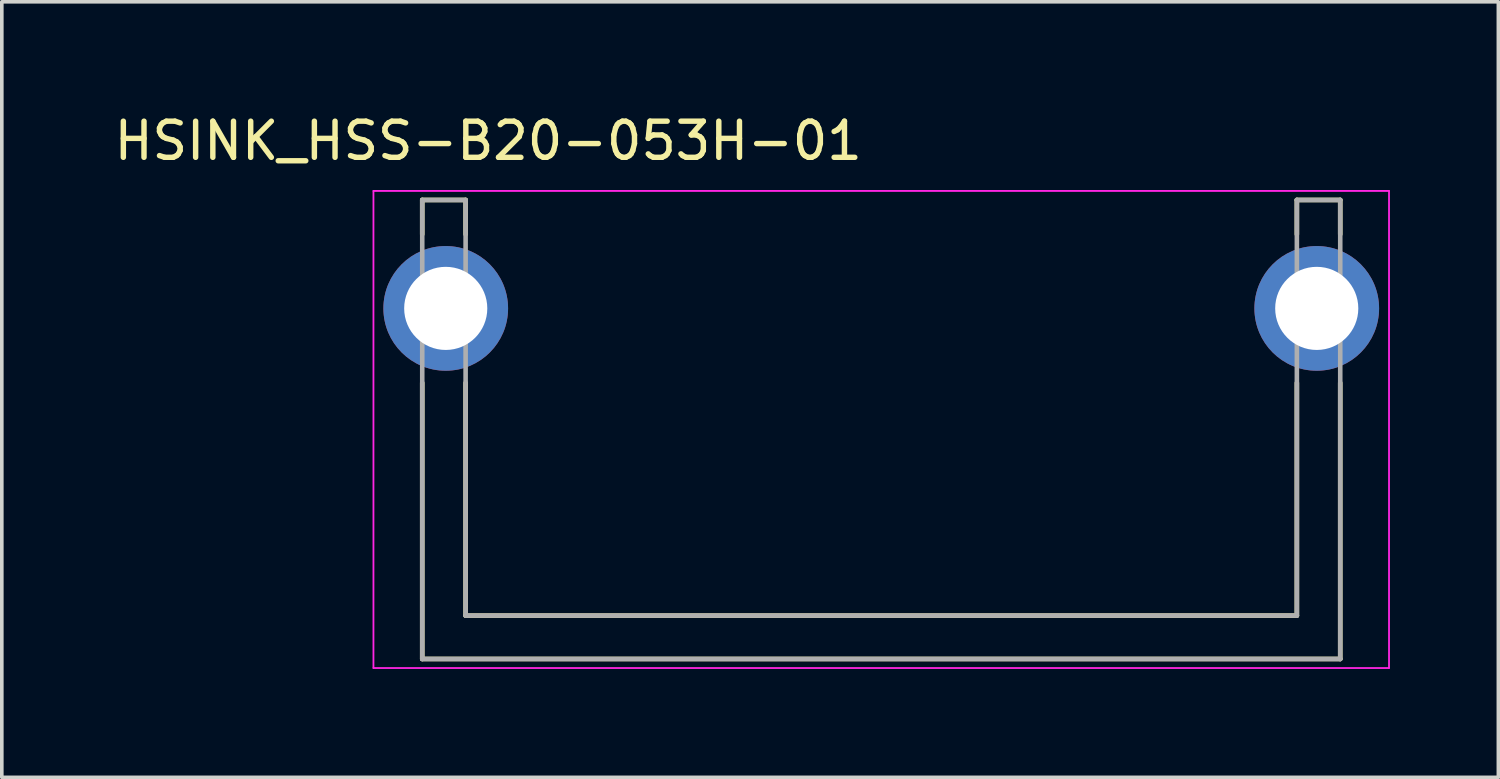
<source format=kicad_pcb>
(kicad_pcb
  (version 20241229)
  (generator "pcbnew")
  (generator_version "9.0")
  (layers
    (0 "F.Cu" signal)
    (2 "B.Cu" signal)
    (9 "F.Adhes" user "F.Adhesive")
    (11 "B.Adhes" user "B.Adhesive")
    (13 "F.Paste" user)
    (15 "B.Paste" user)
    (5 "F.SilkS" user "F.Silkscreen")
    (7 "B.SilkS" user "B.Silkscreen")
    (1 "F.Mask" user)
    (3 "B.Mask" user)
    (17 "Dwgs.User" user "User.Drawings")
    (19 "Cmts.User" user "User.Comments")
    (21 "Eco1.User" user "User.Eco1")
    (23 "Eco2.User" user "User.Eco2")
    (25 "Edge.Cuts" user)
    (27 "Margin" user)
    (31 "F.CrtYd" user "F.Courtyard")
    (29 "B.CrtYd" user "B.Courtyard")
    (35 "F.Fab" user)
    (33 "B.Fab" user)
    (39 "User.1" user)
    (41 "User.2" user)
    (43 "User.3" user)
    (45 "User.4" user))
  (footprint "HSINK_HSS-B20-053H-01"
    (layer "F.Cu")
    (at 21.333 5.483)
    (property "Reference" "HSINK_HSS-B20-053H-01" (at -10.875 -4.635 0) (layer "F.SilkS") (effects (font (size 1 1) (thickness 0.15))))
    (attr through_hole)
    (fp_line (start -12.7 -3) (end -11.5 -3) (stroke (width 0.127) (type solid)) (layer "F.SilkS"))
    (fp_line (start -12.7 -2.05) (end -12.7 -3) (stroke (width 0.127) (type solid)) (layer "F.SilkS"))
    (fp_line (start -12.7 9.7) (end -12.7 2.06) (stroke (width 0.127) (type solid)) (layer "F.SilkS"))
    (fp_line (start -11.5 -3) (end -11.5 -2.05) (stroke (width 0.127) (type solid)) (layer "F.SilkS"))
    (fp_line (start -11.5 2.06) (end -11.5 8.5) (stroke (width 0.127) (type solid)) (layer "F.SilkS"))
    (fp_line (start -11.5 8.5) (end 11.5 8.5) (stroke (width 0.127) (type solid)) (layer "F.SilkS"))
    (fp_line (start 11.5 -3) (end 12.7 -3) (stroke (width 0.127) (type solid)) (layer "F.SilkS"))
    (fp_line (start 11.5 -2.05) (end 11.5 -3) (stroke (width 0.127) (type solid)) (layer "F.SilkS"))
    (fp_line (start 11.5 8.5) (end 11.5 2.06) (stroke (width 0.127) (type solid)) (layer "F.SilkS"))
    (fp_line (start 12.7 -3) (end 12.7 -2.05) (stroke (width 0.127) (type solid)) (layer "F.SilkS"))
    (fp_line (start 12.7 2.06) (end 12.7 9.7) (stroke (width 0.127) (type solid)) (layer "F.SilkS"))
    (fp_line (start 12.7 9.7) (end -12.7 9.7) (stroke (width 0.127) (type solid)) (layer "F.SilkS"))
    (fp_line (start -14.05 -3.25) (end 14.05 -3.25) (stroke (width 0.05) (type solid)) (layer "F.CrtYd"))
    (fp_line (start -14.05 9.95) (end -14.05 -3.25) (stroke (width 0.05) (type solid)) (layer "F.CrtYd"))
    (fp_line (start 14.05 -3.25) (end 14.05 9.95) (stroke (width 0.05) (type solid)) (layer "F.CrtYd"))
    (fp_line (start 14.05 9.95) (end -14.05 9.95) (stroke (width 0.05) (type solid)) (layer "F.CrtYd"))
    (fp_line (start -12.7 -3) (end -12.7 9.7) (stroke (width 0.127) (type solid)) (layer "F.Fab"))
    (fp_line (start -12.7 9.7) (end 12.7 9.7) (stroke (width 0.127) (type solid)) (layer "F.Fab"))
    (fp_line (start -11.5 -3) (end -12.7 -3) (stroke (width 0.127) (type solid)) (layer "F.Fab"))
    (fp_line (start -11.5 -3) (end -11.5 8.5) (stroke (width 0.127) (type solid)) (layer "F.Fab"))
    (fp_line (start -11.5 8.5) (end 11.5 8.5) (stroke (width 0.127) (type solid)) (layer "F.Fab"))
    (fp_line (start 11.5 -3) (end 12.7 -3) (stroke (width 0.127) (type solid)) (layer "F.Fab"))
    (fp_line (start 11.5 8.5) (end 11.5 -3) (stroke (width 0.127) (type solid)) (layer "F.Fab"))
    (fp_line (start 12.7 9.7) (end 12.7 -3) (stroke (width 0.127) (type solid)) (layer "F.Fab"))
    (pad "1" thru_hole circle (at -12.05 0) (size 3.45 3.45) (drill 2.3) (layers "*.Cu" "*.Mask"))
    (pad "2" thru_hole circle (at 12.05 0) (size 3.45 3.45) (drill 2.3) (layers "*.Cu" "*.Mask")))
  (gr_rect
    (start -3 -3)
    (end 38.408 18.458)
    (stroke (width 0.1) (type default))
    (fill no)
    (layer "Edge.Cuts")))
</source>
